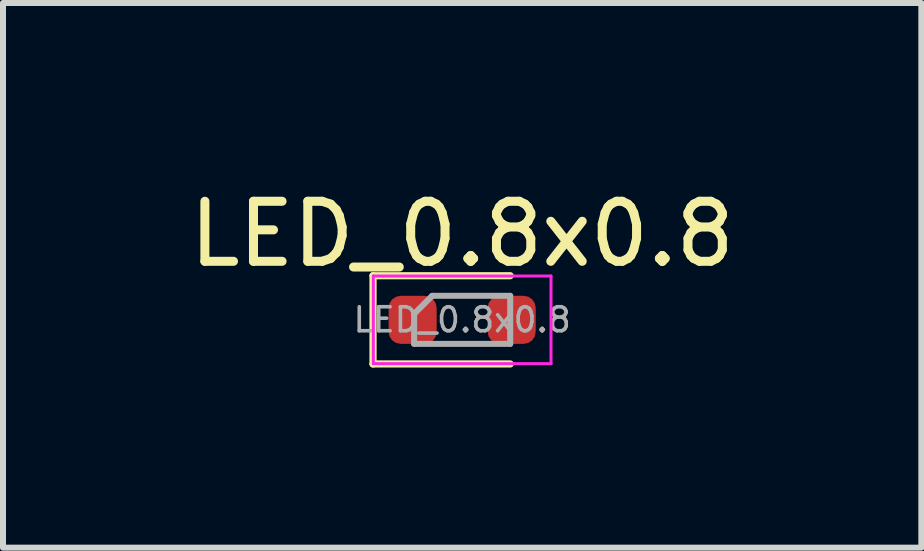
<source format=kicad_pcb>
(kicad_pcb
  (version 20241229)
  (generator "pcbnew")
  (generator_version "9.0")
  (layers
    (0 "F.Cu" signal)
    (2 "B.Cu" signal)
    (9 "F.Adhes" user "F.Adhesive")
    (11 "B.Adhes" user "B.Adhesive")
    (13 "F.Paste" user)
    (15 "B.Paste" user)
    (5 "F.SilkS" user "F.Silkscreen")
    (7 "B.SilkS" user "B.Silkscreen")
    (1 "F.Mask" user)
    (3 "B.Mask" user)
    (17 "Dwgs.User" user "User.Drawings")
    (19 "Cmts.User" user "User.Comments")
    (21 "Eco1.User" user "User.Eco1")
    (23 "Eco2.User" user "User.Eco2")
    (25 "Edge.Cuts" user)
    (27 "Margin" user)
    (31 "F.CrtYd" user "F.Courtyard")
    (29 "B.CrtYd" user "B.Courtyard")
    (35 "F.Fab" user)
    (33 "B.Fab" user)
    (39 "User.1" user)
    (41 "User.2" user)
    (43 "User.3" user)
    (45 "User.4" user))
  (footprint "LED_0.8x0.8"
    (layer "F.Cu")
    (at 4.649 2.278)
    (property "Reference" "LED_0.8x0.8" (at 0 -1.43 0) (layer "F.SilkS") (effects (font (size 1 1) (thickness 0.15))))
    (attr smd)
    (fp_line (start -1.485 -0.735) (end -1.485 0.735) (stroke (width 0.12) (type solid)) (layer "F.SilkS"))
    (fp_line (start -1.485 0.735) (end 0.8 0.735) (stroke (width 0.12) (type solid)) (layer "F.SilkS"))
    (fp_line (start 0.8 -0.735) (end -1.485 -0.735) (stroke (width 0.12) (type solid)) (layer "F.SilkS"))
    (fp_line (start -1.48 -0.73) (end 1.48 -0.73) (stroke (width 0.05) (type solid)) (layer "F.CrtYd"))
    (fp_line (start -1.48 0.73) (end -1.48 -0.73) (stroke (width 0.05) (type solid)) (layer "F.CrtYd"))
    (fp_line (start 1.48 -0.73) (end 1.48 0.73) (stroke (width 0.05) (type solid)) (layer "F.CrtYd"))
    (fp_line (start 1.48 0.73) (end -1.48 0.73) (stroke (width 0.05) (type solid)) (layer "F.CrtYd"))
    (fp_line (start -0.8 -0.1) (end -0.8 0.4) (stroke (width 0.1) (type solid)) (layer "F.Fab"))
    (fp_line (start -0.8 0.4) (end 0.8 0.4) (stroke (width 0.1) (type solid)) (layer "F.Fab"))
    (fp_line (start -0.5 -0.4) (end -0.8 -0.1) (stroke (width 0.1) (type solid)) (layer "F.Fab"))
    (fp_line (start 0.8 -0.4) (end -0.5 -0.4) (stroke (width 0.1) (type solid)) (layer "F.Fab"))
    (fp_line (start 0.8 0.4) (end 0.8 -0.4) (stroke (width 0.1) (type solid)) (layer "F.Fab"))
    (fp_text user "${REFERENCE}" (at 0 0 0) (layer "F.Fab") (effects (font (size 0.4 0.4) (thickness 0.06))))
    (pad "1" smd roundrect (at -0.825 0) (size 0.8 0.8) (layers "F.Cu" "F.Mask" "F.Paste") (roundrect_rratio 0.25))
    (pad "2" smd roundrect (at 0.825 0) (size 0.8 0.8) (layers "F.Cu" "F.Mask" "F.Paste") (roundrect_rratio 0.25)))
  (gr_rect
    (start -3 -3)
    (end 12.298 6.073)
    (stroke (width 0.1) (type default))
    (fill no)
    (layer "Edge.Cuts")))
</source>
